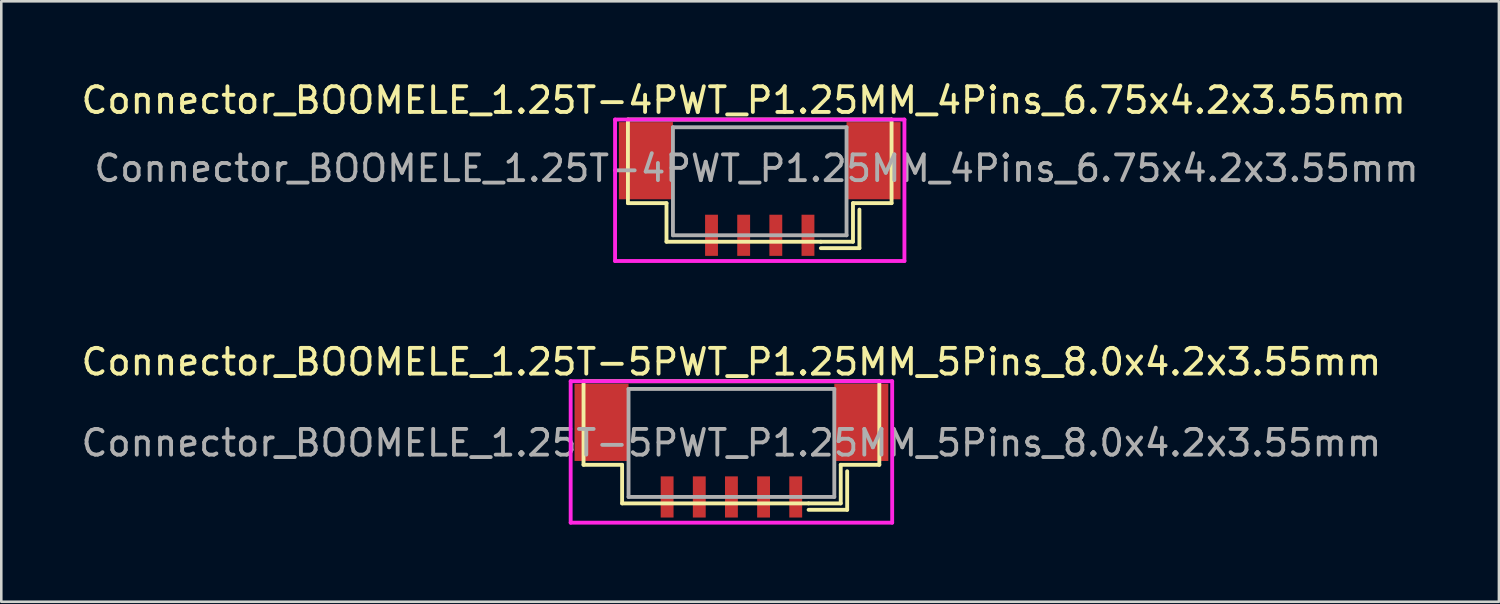
<source format=kicad_pcb>
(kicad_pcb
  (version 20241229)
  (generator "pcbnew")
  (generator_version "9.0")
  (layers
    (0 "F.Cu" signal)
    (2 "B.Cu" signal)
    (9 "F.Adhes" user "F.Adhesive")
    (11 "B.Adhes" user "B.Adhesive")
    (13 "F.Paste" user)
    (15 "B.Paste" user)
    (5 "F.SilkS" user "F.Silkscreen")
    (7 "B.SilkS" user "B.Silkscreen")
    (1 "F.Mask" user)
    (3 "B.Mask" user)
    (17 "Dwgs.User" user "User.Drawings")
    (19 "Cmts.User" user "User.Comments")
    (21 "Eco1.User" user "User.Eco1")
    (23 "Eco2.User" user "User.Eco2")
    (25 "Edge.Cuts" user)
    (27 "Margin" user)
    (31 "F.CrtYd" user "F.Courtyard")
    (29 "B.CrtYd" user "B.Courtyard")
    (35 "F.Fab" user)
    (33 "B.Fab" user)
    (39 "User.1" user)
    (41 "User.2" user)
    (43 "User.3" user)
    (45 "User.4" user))
  (footprint "Connector_BOOMELE_1.25T-5PWT_P1.25MM_5Pins_8.0x4.2x3.55mm"
    (layer "F.Cu")
    (at 25.387 16.271)
    (property "Reference" "Connector_BOOMELE_1.25T-5PWT_P1.25MM_5Pins_8.0x4.2x3.55mm" (at 0 -5.25 0) (layer "F.SilkS") (effects (font (size 1 1) (thickness 0.15))))
    (attr through_hole)
    (fp_line (start -5.75 -4.5) (end -5.75 -1.25) (stroke (width 0.15) (type solid)) (layer "F.SilkS"))
    (fp_line (start -5.75 -1.25) (end -4.25 -1.25) (stroke (width 0.15) (type solid)) (layer "F.SilkS"))
    (fp_line (start -4.25 -1.25) (end -4.25 0.25) (stroke (width 0.15) (type solid)) (layer "F.SilkS"))
    (fp_line (start -4.25 0.25) (end 3 0.25) (stroke (width 0.15) (type solid)) (layer "F.SilkS"))
    (fp_line (start 3 0.25) (end 4.25 0.25) (stroke (width 0.15) (type solid)) (layer "F.SilkS"))
    (fp_line (start 3 0.5) (end 4.5 0.5) (stroke (width 0.15) (type solid)) (layer "F.SilkS"))
    (fp_line (start 4.25 -1.25) (end 5.75 -1.25) (stroke (width 0.15) (type solid)) (layer "F.SilkS"))
    (fp_line (start 4.25 0.25) (end 4.25 -1.25) (stroke (width 0.15) (type solid)) (layer "F.SilkS"))
    (fp_line (start 4.5 0.5) (end 4.5 -1) (stroke (width 0.15) (type solid)) (layer "F.SilkS"))
    (fp_line (start 5.75 -4.5) (end -5.75 -4.5) (stroke (width 0.15) (type solid)) (layer "F.SilkS"))
    (fp_line (start 5.75 -1.25) (end 5.75 -4.5) (stroke (width 0.15) (type solid)) (layer "F.SilkS"))
    (fp_line (start -6.25 -4.5) (end -6.25 1) (stroke (width 0.15) (type solid)) (layer "F.CrtYd"))
    (fp_line (start -6.25 1) (end 6.25 1) (stroke (width 0.15) (type solid)) (layer "F.CrtYd"))
    (fp_line (start 6.25 -4.5) (end -6.25 -4.5) (stroke (width 0.15) (type solid)) (layer "F.CrtYd"))
    (fp_line (start 6.25 1) (end 6.25 -4.5) (stroke (width 0.15) (type solid)) (layer "F.CrtYd"))
    (fp_line (start -4 -4.2) (end -4 0) (stroke (width 0.15) (type solid)) (layer "F.Fab"))
    (fp_line (start -4 0) (end 4 0) (stroke (width 0.15) (type solid)) (layer "F.Fab"))
    (fp_line (start 4 -4.2) (end -4 -4.2) (stroke (width 0.15) (type solid)) (layer "F.Fab"))
    (fp_line (start 4 0) (end 4 -4.2) (stroke (width 0.15) (type solid)) (layer "F.Fab"))
    (fp_text user "${REFERENCE}" (at 0 -2.1 0) (layer "F.Fab") (effects (font (size 1 1) (thickness 0.15))))
    (pad "1" smd rect (at 2.5 0) (size 0.5 1.6) (layers "F.Cu" "F.Mask" "F.Paste"))
    (pad "2" smd rect (at 1.25 0) (size 0.5 1.6) (layers "F.Cu" "F.Mask" "F.Paste"))
    (pad "3" smd rect (at 0 0) (size 0.5 1.6) (layers "F.Cu" "F.Mask" "F.Paste"))
    (pad "4" smd rect (at -1.25 0) (size 0.5 1.6) (layers "F.Cu" "F.Mask" "F.Paste"))
    (pad "5" smd rect (at -2.5 0) (size 0.5 1.6) (layers "F.Cu" "F.Mask" "F.Paste"))
    (pad "MP" smd rect (at -5.05 -2.9) (size 2.1 3) (layers "F.Cu" "F.Mask" "F.Paste"))
    (pad "MP" smd rect (at 5.05 -2.9) (size 2.1 3) (layers "F.Cu" "F.Mask" "F.Paste")))
  (footprint "Connector_BOOMELE_1.25T-4PWT_P1.25MM_4Pins_6.75x4.2x3.55mm"
    (layer "F.Cu")
    (at 26.513 6.098)
    (property "Reference" "Connector_BOOMELE_1.25T-4PWT_P1.25MM_4Pins_6.75x4.2x3.55mm" (at -0.65 -5.25 0) (layer "F.SilkS") (effects (font (size 1 1) (thickness 0.15))))
    (attr smd)
    (fp_line (start -5.15 -4.5) (end -5.15 -1.25) (stroke (width 0.15) (type solid)) (layer "F.SilkS"))
    (fp_line (start -5.15 -1.25) (end -3.65 -1.25) (stroke (width 0.15) (type solid)) (layer "F.SilkS"))
    (fp_line (start -3.65 -1.25) (end -3.65 0.25) (stroke (width 0.15) (type solid)) (layer "F.SilkS"))
    (fp_line (start -3.65 0.25) (end 2.35 0.25) (stroke (width 0.15) (type solid)) (layer "F.SilkS"))
    (fp_line (start 2.35 0.25) (end 3.6 0.25) (stroke (width 0.15) (type solid)) (layer "F.SilkS"))
    (fp_line (start 2.35 0.5) (end 3.85 0.5) (stroke (width 0.15) (type solid)) (layer "F.SilkS"))
    (fp_line (start 3.6 -1.25) (end 5.1 -1.25) (stroke (width 0.15) (type solid)) (layer "F.SilkS"))
    (fp_line (start 3.6 0.25) (end 3.6 -1.25) (stroke (width 0.15) (type solid)) (layer "F.SilkS"))
    (fp_line (start 3.85 0.5) (end 3.85 -1) (stroke (width 0.15) (type solid)) (layer "F.SilkS"))
    (fp_line (start 5.1 -4.5) (end -5.15 -4.5) (stroke (width 0.15) (type solid)) (layer "F.SilkS"))
    (fp_line (start 5.1 -1.25) (end 5.1 -4.5) (stroke (width 0.15) (type solid)) (layer "F.SilkS"))
    (fp_line (start -5.65 -4.5) (end -5.65 1) (stroke (width 0.15) (type solid)) (layer "F.CrtYd"))
    (fp_line (start -5.65 1) (end 5.6 1) (stroke (width 0.15) (type solid)) (layer "F.CrtYd"))
    (fp_line (start 5.6 -4.5) (end -5.65 -4.5) (stroke (width 0.15) (type solid)) (layer "F.CrtYd"))
    (fp_line (start 5.6 1) (end 5.6 -4.5) (stroke (width 0.15) (type solid)) (layer "F.CrtYd"))
    (fp_line (start -3.4 -4.2) (end -3.4 0) (stroke (width 0.15) (type solid)) (layer "F.Fab"))
    (fp_line (start -3.4 0) (end 3.35 0) (stroke (width 0.15) (type solid)) (layer "F.Fab"))
    (fp_line (start 3.35 -4.2) (end -3.4 -4.2) (stroke (width 0.15) (type solid)) (layer "F.Fab"))
    (fp_line (start 3.35 0) (end 3.35 -4.2) (stroke (width 0.15) (type solid)) (layer "F.Fab"))
    (fp_text user "${REFERENCE}" (at -0.15 -2.6 0) (layer "F.Fab") (effects (font (size 1 1) (thickness 0.15))))
    (pad "1" smd rect (at 1.85 0) (size 0.5 1.6) (layers "F.Cu" "F.Mask" "F.Paste"))
    (pad "2" smd rect (at 0.6 0) (size 0.5 1.6) (layers "F.Cu" "F.Mask" "F.Paste"))
    (pad "3" smd rect (at -0.65 0) (size 0.5 1.6) (layers "F.Cu" "F.Mask" "F.Paste"))
    (pad "4" smd rect (at -1.9 0) (size 0.5 1.6) (layers "F.Cu" "F.Mask" "F.Paste"))
    (pad "MP" smd rect (at -4.45 -2.9) (size 2.1 3) (layers "F.Cu" "F.Mask" "F.Paste"))
    (pad "MP" smd rect (at 4.4 -2.9) (size 2.1 3) (layers "F.Cu" "F.Mask" "F.Paste")))
  (gr_rect
    (start -3 -3)
    (end 55.226 20.346)
    (stroke (width 0.1) (type default))
    (fill no)
    (layer "Edge.Cuts")))
</source>
